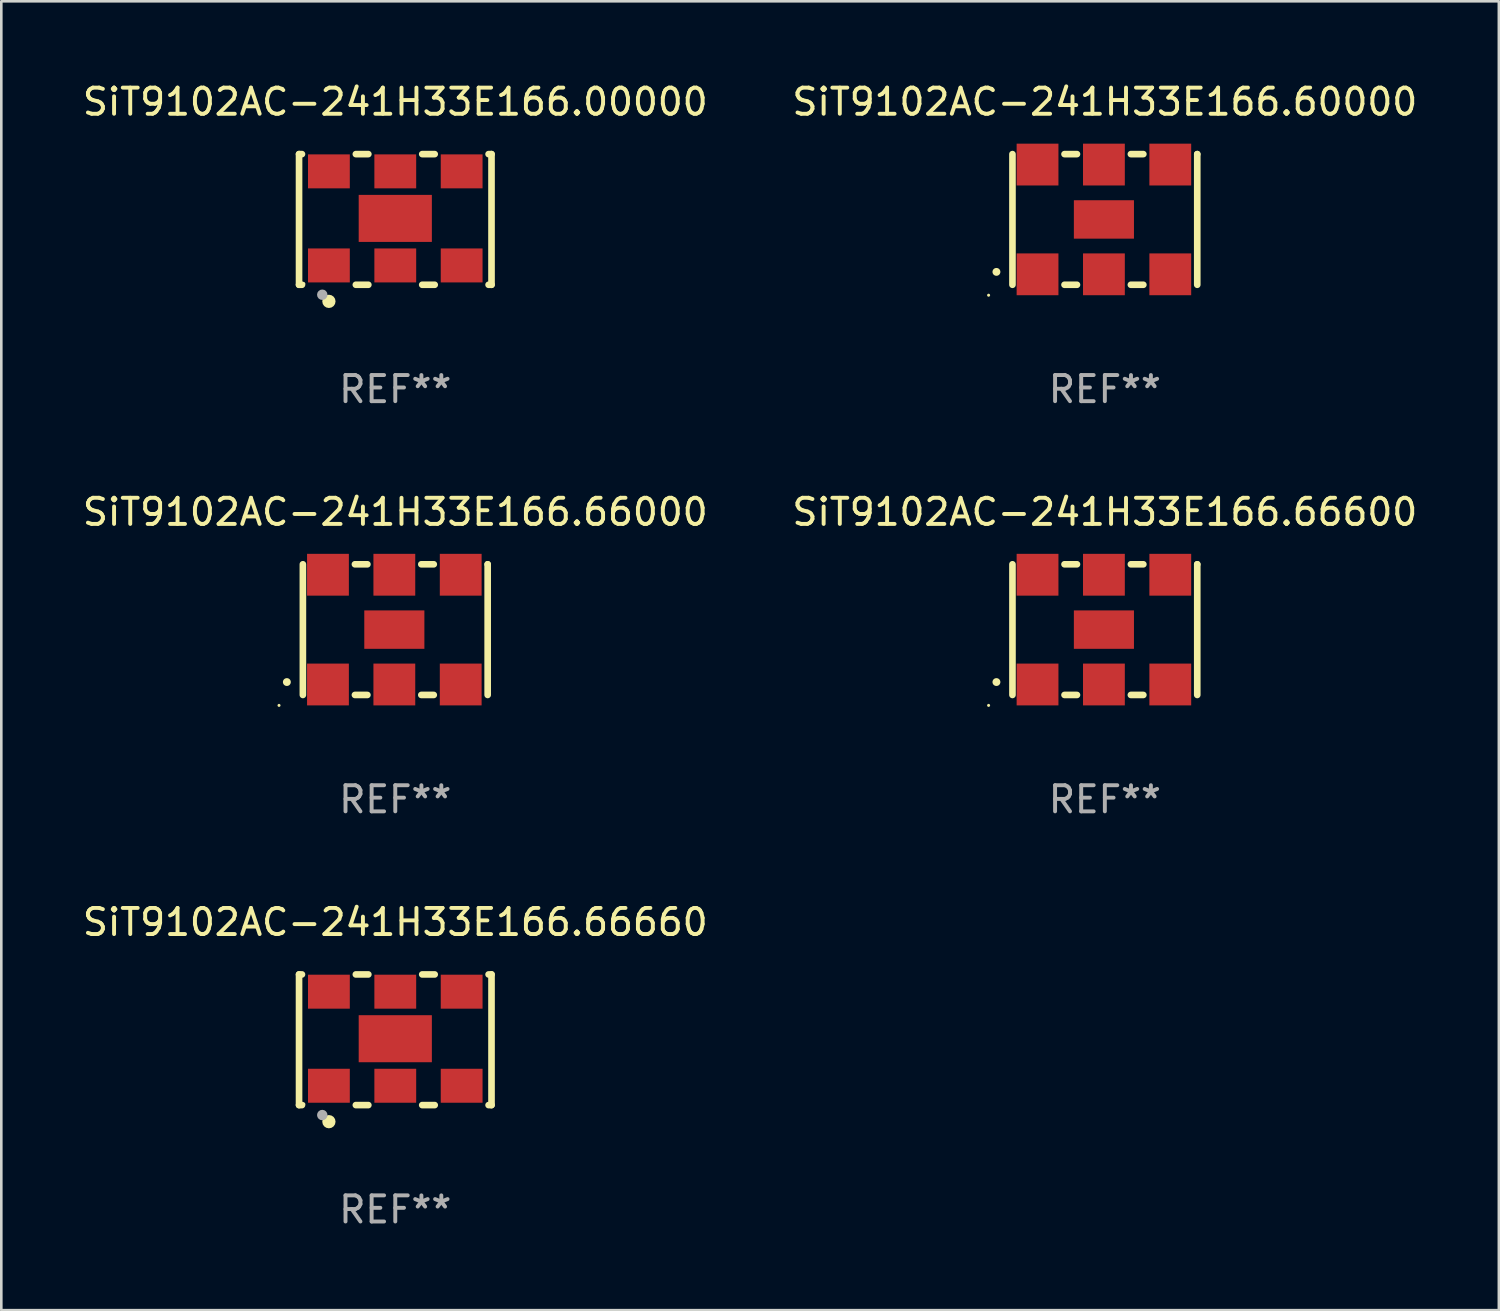
<source format=kicad_pcb>
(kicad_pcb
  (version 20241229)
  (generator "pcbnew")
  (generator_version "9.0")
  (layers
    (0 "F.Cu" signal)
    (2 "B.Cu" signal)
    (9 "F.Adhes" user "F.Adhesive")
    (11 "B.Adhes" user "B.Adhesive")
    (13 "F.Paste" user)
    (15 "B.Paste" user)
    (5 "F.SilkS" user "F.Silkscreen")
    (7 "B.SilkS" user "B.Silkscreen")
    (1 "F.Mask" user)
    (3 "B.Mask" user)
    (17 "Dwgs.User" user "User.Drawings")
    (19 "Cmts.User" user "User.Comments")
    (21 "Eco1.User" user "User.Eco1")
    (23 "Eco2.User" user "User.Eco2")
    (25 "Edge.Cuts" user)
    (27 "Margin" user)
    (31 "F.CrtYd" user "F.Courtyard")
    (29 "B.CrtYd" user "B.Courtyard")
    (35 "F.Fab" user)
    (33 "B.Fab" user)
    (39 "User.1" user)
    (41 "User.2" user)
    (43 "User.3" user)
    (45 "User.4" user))
  (footprint "SiT9102AC-241H33E166.60000"
    (layer "F.Cu")
    (at 39.232 5.348)
    (property "Reference" "SiT9102AC-241H33E166.60000" (at 0 -4.5 0) (layer "F.SilkS") (effects (font (size 1 1) (thickness 0.15))))
    (attr through_hole)
    (fp_line (start -3.536 -2.5) (end -3.536 2.5) (stroke (width 0.254) (type solid)) (layer "F.SilkS"))
    (fp_line (start -1.544 2.5) (end -1.067 2.5) (stroke (width 0.254) (type solid)) (layer "F.SilkS"))
    (fp_line (start -1.067 -2.5) (end -1.544 -2.5) (stroke (width 0.254) (type solid)) (layer "F.SilkS"))
    (fp_line (start 0.996 2.5) (end 1.473 2.5) (stroke (width 0.254) (type solid)) (layer "F.SilkS"))
    (fp_line (start 1.473 -2.5) (end 0.996 -2.5) (stroke (width 0.254) (type solid)) (layer "F.SilkS"))
    (fp_line (start 3.536 -2.5) (end 3.536 -2.5) (stroke (width 0.254) (type solid)) (layer "F.SilkS"))
    (fp_line (start 3.536 2.5) (end 3.536 -2.5) (stroke (width 0.254) (type solid)) (layer "F.SilkS"))
    (fp_arc (start -4.150432 2.006604) (mid -4.149162 2.006599) (end -4.147892 2.006604) (stroke (width 0.3) (type solid)) (layer "F.SilkS"))
    (fp_circle (center -4.449 2.9) (end -4.419 2.9) (stroke (width 0.06) (type solid)) (fill no) (layer "F.SilkS"))
    (fp_text user "REF**" (at 0 6.5 0) (layer "F.Fab") (effects (font (size 1 1) (thickness 0.15))))
    (pad "1" smd rect (at -2.576 2.1) (size 1.6 1.6) (layers "F.Cu" "F.Mask" "F.Paste"))
    (pad "2" smd rect (at -0.036 2.1) (size 1.6 1.6) (layers "F.Cu" "F.Mask" "F.Paste"))
    (pad "3" smd rect (at 2.504 2.1) (size 1.6 1.6) (layers "F.Cu" "F.Mask" "F.Paste"))
    (pad "4" smd rect (at 2.504 -2.1) (size 1.6 1.6) (layers "F.Cu" "F.Mask" "F.Paste"))
    (pad "5" smd rect (at -0.036 -2.1) (size 1.6 1.6) (layers "F.Cu" "F.Mask" "F.Paste"))
    (pad "6" smd rect (at -2.576 -2.1) (size 1.6 1.6) (layers "F.Cu" "F.Mask" "F.Paste"))
    (pad "7" smd rect (at -0.036 0) (size 2.3 1.47) (layers "F.Cu" "F.Mask" "F.Paste")))
  (footprint "SiT9102AC-241H33E166.66000"
    (layer "F.Cu")
    (at 12.077 21.045)
    (property "Reference" "SiT9102AC-241H33E166.66000" (at 0 -4.5 0) (layer "F.SilkS") (effects (font (size 1 1) (thickness 0.15))))
    (attr through_hole)
    (fp_line (start -3.536 -2.5) (end -3.536 2.5) (stroke (width 0.254) (type solid)) (layer "F.SilkS"))
    (fp_line (start -1.544 2.5) (end -1.067 2.5) (stroke (width 0.254) (type solid)) (layer "F.SilkS"))
    (fp_line (start -1.067 -2.5) (end -1.544 -2.5) (stroke (width 0.254) (type solid)) (layer "F.SilkS"))
    (fp_line (start 0.996 2.5) (end 1.473 2.5) (stroke (width 0.254) (type solid)) (layer "F.SilkS"))
    (fp_line (start 1.473 -2.5) (end 0.996 -2.5) (stroke (width 0.254) (type solid)) (layer "F.SilkS"))
    (fp_line (start 3.536 -2.5) (end 3.536 -2.5) (stroke (width 0.254) (type solid)) (layer "F.SilkS"))
    (fp_line (start 3.536 2.5) (end 3.536 -2.5) (stroke (width 0.254) (type solid)) (layer "F.SilkS"))
    (fp_arc (start -4.150432 2.006604) (mid -4.149162 2.006599) (end -4.147892 2.006604) (stroke (width 0.3) (type solid)) (layer "F.SilkS"))
    (fp_circle (center -4.449 2.9) (end -4.419 2.9) (stroke (width 0.06) (type solid)) (fill no) (layer "F.SilkS"))
    (fp_text user "REF**" (at 0 6.5 0) (layer "F.Fab") (effects (font (size 1 1) (thickness 0.15))))
    (pad "1" smd rect (at -2.576 2.1) (size 1.6 1.6) (layers "F.Cu" "F.Mask" "F.Paste"))
    (pad "2" smd rect (at -0.036 2.1) (size 1.6 1.6) (layers "F.Cu" "F.Mask" "F.Paste"))
    (pad "3" smd rect (at 2.504 2.1) (size 1.6 1.6) (layers "F.Cu" "F.Mask" "F.Paste"))
    (pad "4" smd rect (at 2.504 -2.1) (size 1.6 1.6) (layers "F.Cu" "F.Mask" "F.Paste"))
    (pad "5" smd rect (at -0.036 -2.1) (size 1.6 1.6) (layers "F.Cu" "F.Mask" "F.Paste"))
    (pad "6" smd rect (at -2.576 -2.1) (size 1.6 1.6) (layers "F.Cu" "F.Mask" "F.Paste"))
    (pad "7" smd rect (at -0.036 0) (size 2.3 1.47) (layers "F.Cu" "F.Mask" "F.Paste")))
  (footprint "SiT9102AC-241H33E166.00000"
    (layer "F.Cu")
    (at 12.077 5.348)
    (property "Reference" "SiT9102AC-241H33E166.00000" (at 0 -4.5 0) (layer "F.SilkS") (effects (font (size 1 1) (thickness 0.15))))
    (attr through_hole)
    (fp_line (start -3.683 -2.5) (end -3.571 -2.5) (stroke (width 0.254) (type solid)) (layer "F.SilkS"))
    (fp_line (start -3.683 2.5) (end -3.683 -2.5) (stroke (width 0.254) (type solid)) (layer "F.SilkS"))
    (fp_line (start -3.683 2.5) (end -3.571 2.5) (stroke (width 0.254) (type solid)) (layer "F.SilkS"))
    (fp_line (start -1.509 -2.5) (end -1.031 -2.5) (stroke (width 0.254) (type solid)) (layer "F.SilkS"))
    (fp_line (start -1.509 2.5) (end -1.031 2.5) (stroke (width 0.254) (type solid)) (layer "F.SilkS"))
    (fp_line (start 1.031 -2.5) (end 1.509 -2.5) (stroke (width 0.254) (type solid)) (layer "F.SilkS"))
    (fp_line (start 1.031 2.5) (end 1.509 2.5) (stroke (width 0.254) (type solid)) (layer "F.SilkS"))
    (fp_line (start 3.571 -2.5) (end 3.683 -2.5) (stroke (width 0.254) (type solid)) (layer "F.SilkS"))
    (fp_line (start 3.571 2.5) (end 3.683 2.5) (stroke (width 0.254) (type solid)) (layer "F.SilkS"))
    (fp_line (start 3.683 2.5) (end 3.683 -2.5) (stroke (width 0.254) (type solid)) (layer "F.SilkS"))
    (fp_circle (center -3.5 2.46) (end -3.47 2.46) (stroke (width 0.06) (type solid)) (fill no) (layer "F.SilkS"))
    (fp_circle (center -2.54 3.135) (end -2.413 3.135) (stroke (width 0.254) (type solid)) (fill no) (layer "F.SilkS"))
    (fp_circle (center -2.794 2.881) (end -2.694 2.881) (stroke (width 0.2) (type solid)) (fill no) (layer "F.Fab"))
    (fp_text user "REF**" (at 0 6.5 0) (layer "F.Fab") (effects (font (size 1 1) (thickness 0.15))))
    (pad "1" smd rect (at -2.54 1.76) (size 1.6 1.3) (layers "F.Cu" "F.Mask" "F.Paste"))
    (pad "2" smd rect (at 0 1.76) (size 1.6 1.3) (layers "F.Cu" "F.Mask" "F.Paste"))
    (pad "3" smd rect (at 2.54 1.76) (size 1.6 1.3) (layers "F.Cu" "F.Mask" "F.Paste"))
    (pad "4" smd rect (at 2.54 -1.84) (size 1.6 1.3) (layers "F.Cu" "F.Mask" "F.Paste"))
    (pad "5" smd rect (at 0 -1.84) (size 1.6 1.3) (layers "F.Cu" "F.Mask" "F.Paste"))
    (pad "6" smd rect (at -2.54 -1.84) (size 1.6 1.3) (layers "F.Cu" "F.Mask" "F.Paste"))
    (pad "7" smd rect (at 0 -0.04) (size 2.8 1.8) (layers "F.Cu" "F.Mask" "F.Paste")))
  (footprint "SiT9102AC-241H33E166.66660"
    (layer "F.Cu")
    (at 12.077 36.741)
    (property "Reference" "SiT9102AC-241H33E166.66660" (at 0 -4.5 0) (layer "F.SilkS") (effects (font (size 1 1) (thickness 0.15))))
    (attr through_hole)
    (fp_line (start -3.683 -2.5) (end -3.571 -2.5) (stroke (width 0.254) (type solid)) (layer "F.SilkS"))
    (fp_line (start -3.683 2.5) (end -3.683 -2.5) (stroke (width 0.254) (type solid)) (layer "F.SilkS"))
    (fp_line (start -3.683 2.5) (end -3.571 2.5) (stroke (width 0.254) (type solid)) (layer "F.SilkS"))
    (fp_line (start -1.509 -2.5) (end -1.031 -2.5) (stroke (width 0.254) (type solid)) (layer "F.SilkS"))
    (fp_line (start -1.509 2.5) (end -1.031 2.5) (stroke (width 0.254) (type solid)) (layer "F.SilkS"))
    (fp_line (start 1.031 -2.5) (end 1.509 -2.5) (stroke (width 0.254) (type solid)) (layer "F.SilkS"))
    (fp_line (start 1.031 2.5) (end 1.509 2.5) (stroke (width 0.254) (type solid)) (layer "F.SilkS"))
    (fp_line (start 3.571 -2.5) (end 3.683 -2.5) (stroke (width 0.254) (type solid)) (layer "F.SilkS"))
    (fp_line (start 3.571 2.5) (end 3.683 2.5) (stroke (width 0.254) (type solid)) (layer "F.SilkS"))
    (fp_line (start 3.683 2.5) (end 3.683 -2.5) (stroke (width 0.254) (type solid)) (layer "F.SilkS"))
    (fp_circle (center -3.5 2.46) (end -3.47 2.46) (stroke (width 0.06) (type solid)) (fill no) (layer "F.SilkS"))
    (fp_circle (center -2.54 3.135) (end -2.413 3.135) (stroke (width 0.254) (type solid)) (fill no) (layer "F.SilkS"))
    (fp_circle (center -2.794 2.881) (end -2.694 2.881) (stroke (width 0.2) (type solid)) (fill no) (layer "F.Fab"))
    (fp_text user "REF**" (at 0 6.5 0) (layer "F.Fab") (effects (font (size 1 1) (thickness 0.15))))
    (pad "1" smd rect (at -2.54 1.76) (size 1.6 1.3) (layers "F.Cu" "F.Mask" "F.Paste"))
    (pad "2" smd rect (at 0 1.76) (size 1.6 1.3) (layers "F.Cu" "F.Mask" "F.Paste"))
    (pad "3" smd rect (at 2.54 1.76) (size 1.6 1.3) (layers "F.Cu" "F.Mask" "F.Paste"))
    (pad "4" smd rect (at 2.54 -1.84) (size 1.6 1.3) (layers "F.Cu" "F.Mask" "F.Paste"))
    (pad "5" smd rect (at 0 -1.84) (size 1.6 1.3) (layers "F.Cu" "F.Mask" "F.Paste"))
    (pad "6" smd rect (at -2.54 -1.84) (size 1.6 1.3) (layers "F.Cu" "F.Mask" "F.Paste"))
    (pad "7" smd rect (at 0 -0.04) (size 2.8 1.8) (layers "F.Cu" "F.Mask" "F.Paste")))
  (footprint "SiT9102AC-241H33E166.66600"
    (layer "F.Cu")
    (at 39.232 21.045)
    (property "Reference" "SiT9102AC-241H33E166.66600" (at 0 -4.5 0) (layer "F.SilkS") (effects (font (size 1 1) (thickness 0.15))))
    (attr through_hole)
    (fp_line (start -3.536 -2.5) (end -3.536 2.5) (stroke (width 0.254) (type solid)) (layer "F.SilkS"))
    (fp_line (start -1.544 2.5) (end -1.067 2.5) (stroke (width 0.254) (type solid)) (layer "F.SilkS"))
    (fp_line (start -1.067 -2.5) (end -1.544 -2.5) (stroke (width 0.254) (type solid)) (layer "F.SilkS"))
    (fp_line (start 0.996 2.5) (end 1.473 2.5) (stroke (width 0.254) (type solid)) (layer "F.SilkS"))
    (fp_line (start 1.473 -2.5) (end 0.996 -2.5) (stroke (width 0.254) (type solid)) (layer "F.SilkS"))
    (fp_line (start 3.536 -2.5) (end 3.536 -2.5) (stroke (width 0.254) (type solid)) (layer "F.SilkS"))
    (fp_line (start 3.536 2.5) (end 3.536 -2.5) (stroke (width 0.254) (type solid)) (layer "F.SilkS"))
    (fp_arc (start -4.150432 2.006604) (mid -4.149162 2.006599) (end -4.147892 2.006604) (stroke (width 0.3) (type solid)) (layer "F.SilkS"))
    (fp_circle (center -4.449 2.9) (end -4.419 2.9) (stroke (width 0.06) (type solid)) (fill no) (layer "F.SilkS"))
    (fp_text user "REF**" (at 0 6.5 0) (layer "F.Fab") (effects (font (size 1 1) (thickness 0.15))))
    (pad "1" smd rect (at -2.576 2.1) (size 1.6 1.6) (layers "F.Cu" "F.Mask" "F.Paste"))
    (pad "2" smd rect (at -0.036 2.1) (size 1.6 1.6) (layers "F.Cu" "F.Mask" "F.Paste"))
    (pad "3" smd rect (at 2.504 2.1) (size 1.6 1.6) (layers "F.Cu" "F.Mask" "F.Paste"))
    (pad "4" smd rect (at 2.504 -2.1) (size 1.6 1.6) (layers "F.Cu" "F.Mask" "F.Paste"))
    (pad "5" smd rect (at -0.036 -2.1) (size 1.6 1.6) (layers "F.Cu" "F.Mask" "F.Paste"))
    (pad "6" smd rect (at -2.576 -2.1) (size 1.6 1.6) (layers "F.Cu" "F.Mask" "F.Paste"))
    (pad "7" smd rect (at -0.036 0) (size 2.3 1.47) (layers "F.Cu" "F.Mask" "F.Paste")))
  (gr_rect
    (start -3 -3)
    (end 54.31 47.09)
    (stroke (width 0.1) (type default))
    (fill no)
    (layer "Edge.Cuts")))
</source>
